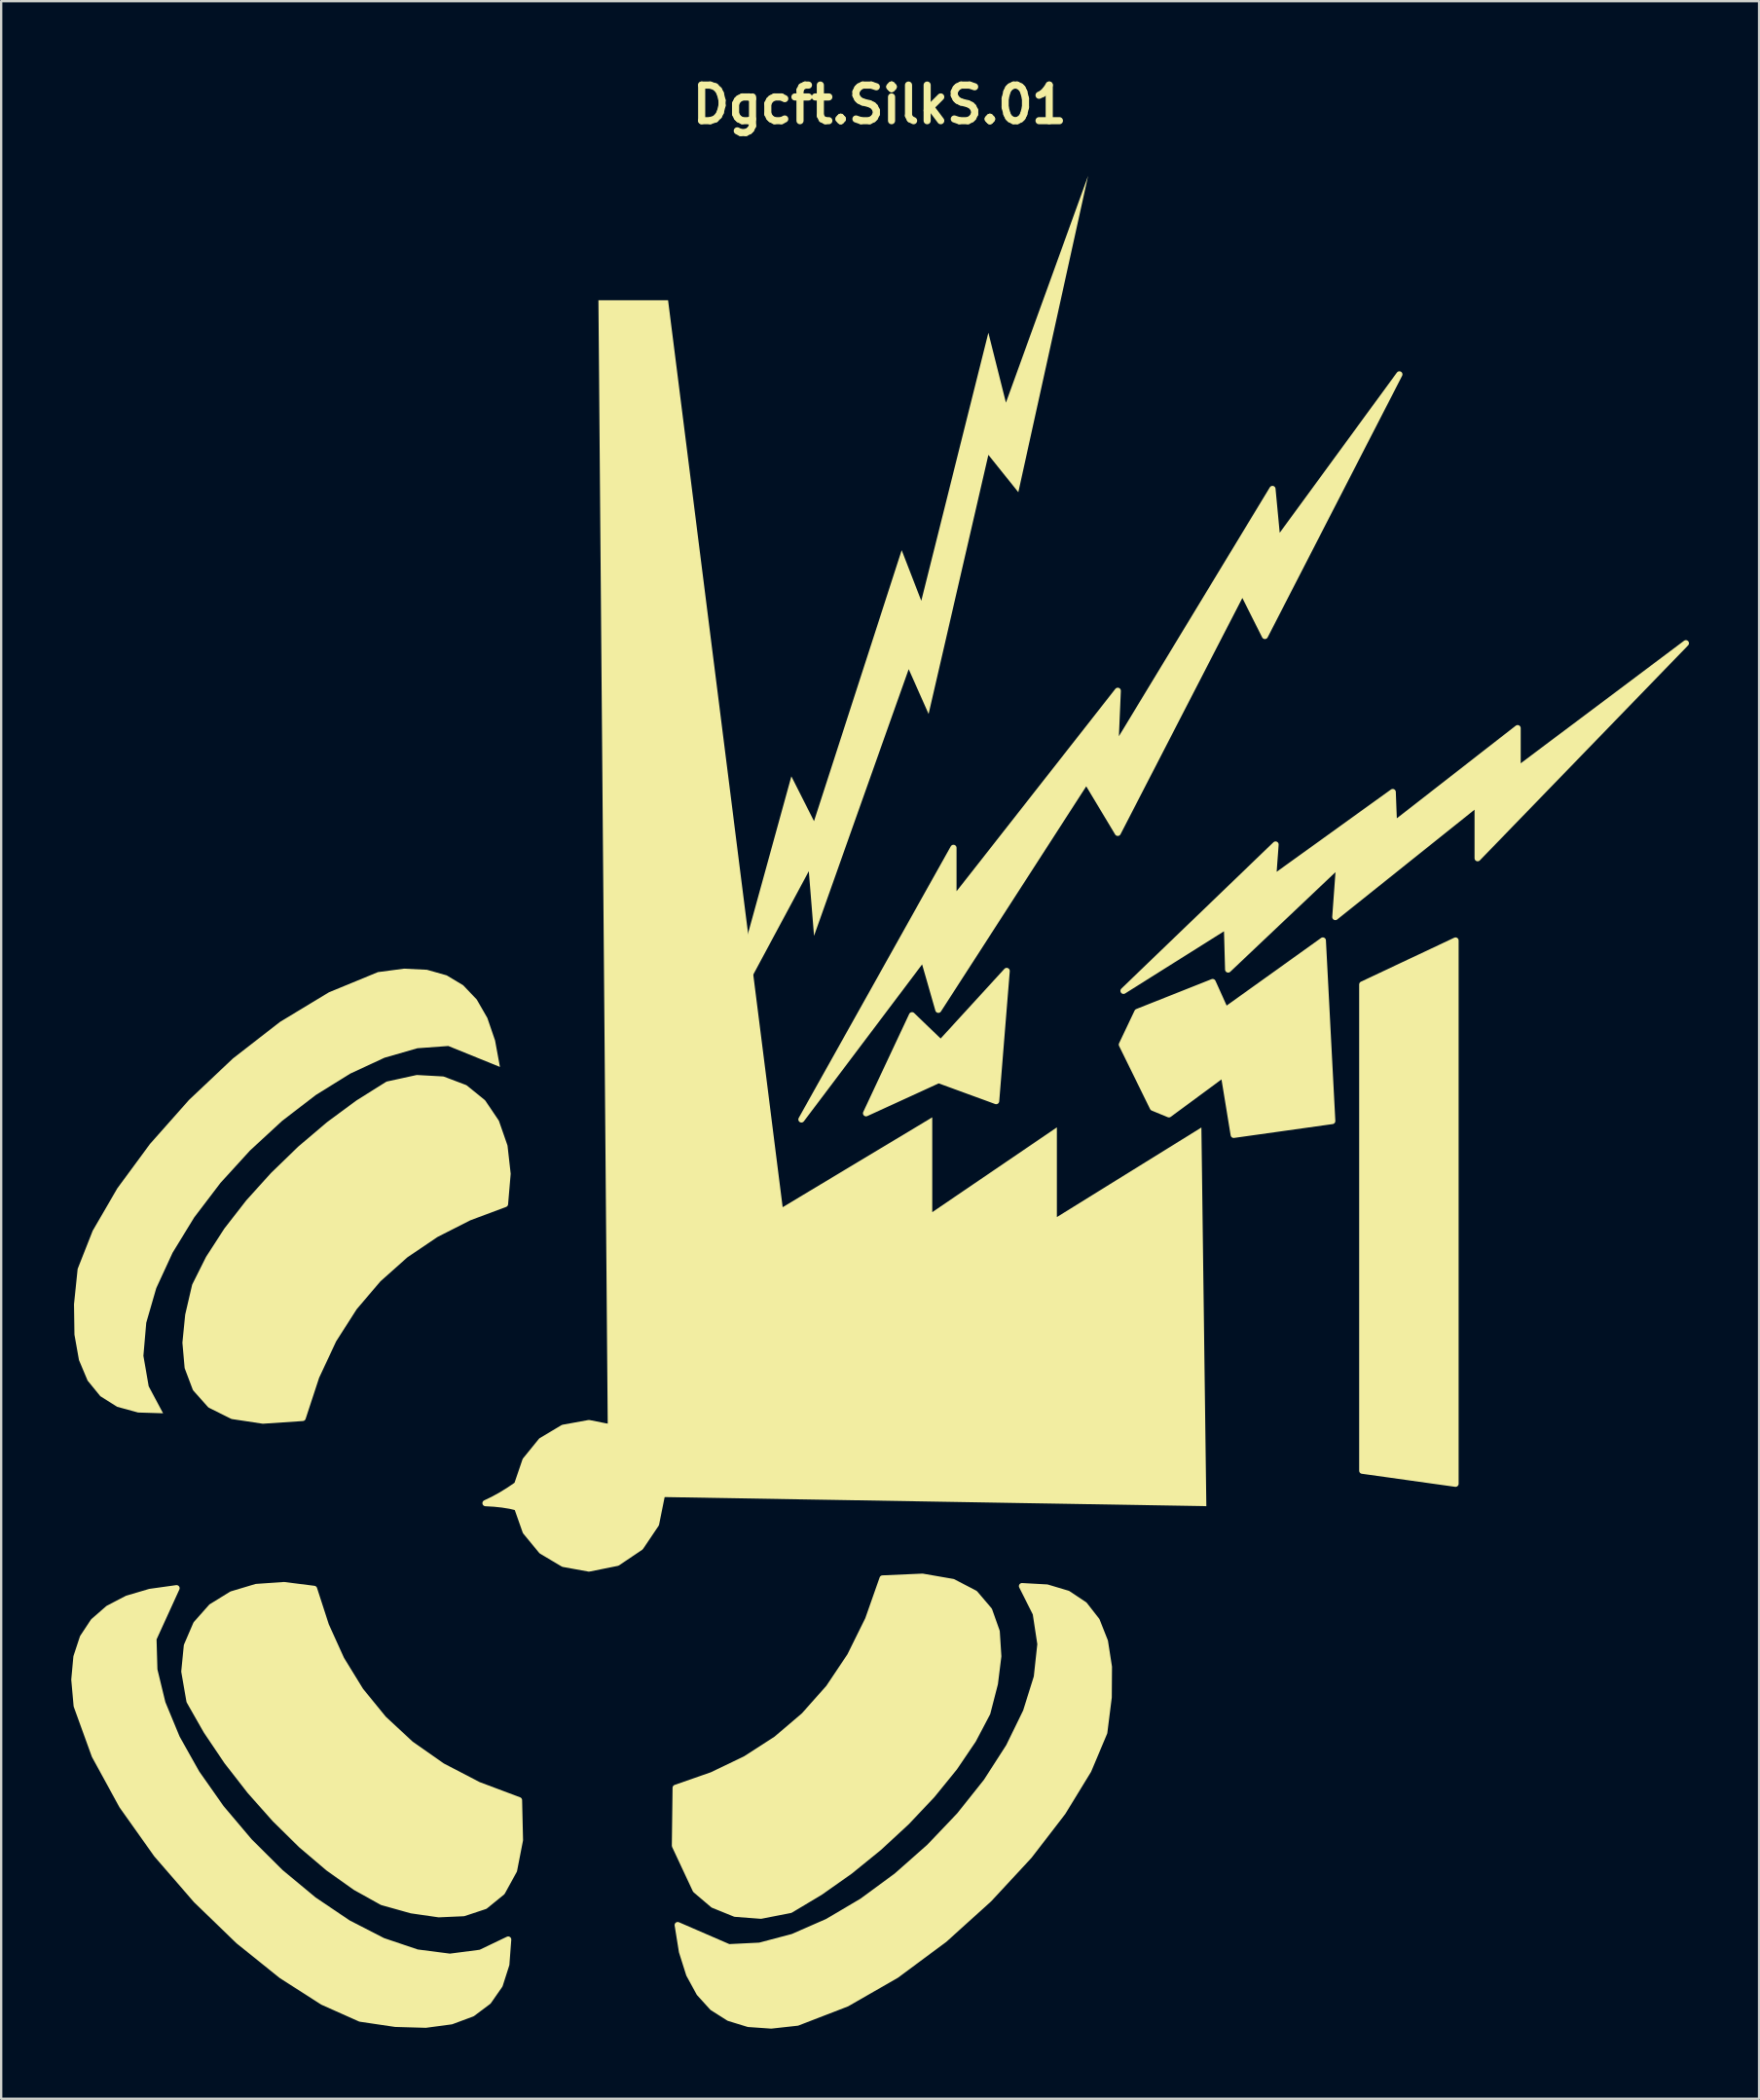
<source format=kicad_pcb>
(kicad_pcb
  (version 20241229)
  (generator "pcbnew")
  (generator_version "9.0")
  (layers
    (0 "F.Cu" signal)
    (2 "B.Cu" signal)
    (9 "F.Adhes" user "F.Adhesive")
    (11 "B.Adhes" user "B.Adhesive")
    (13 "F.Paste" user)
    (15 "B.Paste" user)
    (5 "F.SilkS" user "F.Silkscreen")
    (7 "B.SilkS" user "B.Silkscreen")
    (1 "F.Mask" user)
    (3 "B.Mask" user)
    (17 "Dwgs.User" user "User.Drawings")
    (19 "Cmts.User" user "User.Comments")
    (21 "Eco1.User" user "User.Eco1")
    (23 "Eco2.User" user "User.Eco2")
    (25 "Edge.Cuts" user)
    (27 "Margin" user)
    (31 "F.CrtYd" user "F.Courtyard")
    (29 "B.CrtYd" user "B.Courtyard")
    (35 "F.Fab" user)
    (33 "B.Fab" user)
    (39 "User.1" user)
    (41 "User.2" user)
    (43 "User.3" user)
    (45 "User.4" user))
  (footprint "Dgcft.SilkS.01"
    (layer "F.Cu")
    (at 34.605 44.063)
    (property "Reference" "Dgcft.SilkS.01" (at 0 -42.637 0) (layer "F.SilkS") (effects (font (size 1.524 1.524) (thickness 0.305))))
    (attr smd)
    (fp_poly (pts (xy 2.52 -0.888) (xy 3.137 -0.663) (xy 3.753 -0.438) (xy 4.369 -0.213) (xy 4.985 0.013) (xy 5.098 -1.38) (xy 5.21 -2.772) (xy 5.323 -4.165) (xy 5.436 -5.557) (xy 4.73 -4.787) (xy 4.025 -4.016) (xy 3.32 -3.246) (xy 2.615 -2.476) (xy 2.307 -2.772) (xy 1.999 -3.068) (xy 1.691 -3.365) (xy 1.383 -3.661) (xy 0.891 -2.612) (xy 0.399 -1.563) (xy -0.093 -0.515) (xy -0.584 0.534) (xy 0.192 0.179) (xy 0.968 -0.177) (xy 1.744 -0.532) (xy 2.52 -0.888)) (stroke (width 0.265) (type solid)) (fill yes) (layer "F.SilkS"))
    (fp_poly (pts (xy 20.656 15.833) (xy 21.654 15.972) (xy 22.652 16.112) (xy 23.651 16.252) (xy 24.649 16.391) (xy 24.649 13.485) (xy 24.649 10.578) (xy 24.649 7.672) (xy 24.649 4.766) (xy 24.649 1.859) (xy 24.649 -1.047) (xy 24.649 -3.953) (xy 24.649 -6.86) (xy 23.651 -6.389) (xy 22.652 -5.919) (xy 21.654 -5.448) (xy 20.656 -4.978) (xy 20.656 -2.377) (xy 20.656 0.225) (xy 20.656 2.826) (xy 20.656 5.427) (xy 20.656 8.029) (xy 20.656 10.63) (xy 20.656 13.231) (xy 20.656 15.833)) (stroke (width 0.264) (type solid)) (fill yes) (layer "F.SilkS"))
    (fp_poly (pts (xy -12.445 13.793) (xy -11.231 14.036) (xy -10.24 14.702) (xy -9.573 15.691) (xy -9.328 16.904) (xy -9.573 18.117) (xy -10.24 19.108) (xy -11.231 19.775) (xy -12.445 20.02) (xy -13.544 19.82) (xy -14.472 19.269) (xy -15.155 18.439) (xy -15.52 17.403) (xy -15.824 17.332) (xy -16.152 17.279) (xy -16.503 17.242) (xy -16.873 17.221) (xy -16.544 17.063) (xy -16.21 16.88) (xy -15.869 16.67) (xy -15.52 16.433) (xy -15.164 15.388) (xy -14.483 14.55) (xy -13.551 13.994) (xy -12.445 13.793) (xy -12.445 13.793)) (stroke (width 0.264) (type solid)) (fill yes) (layer "F.SilkS"))
    (fp_poly (pts (xy -8.734 29.405) (xy -7.18 28.863) (xy -5.742 28.172) (xy -4.426 27.324) (xy -3.237 26.311) (xy -2.182 25.124) (xy -1.266 23.756) (xy -0.496 22.198) (xy 0.122 20.443) (xy 1.83 20.368) (xy 3.136 20.595) (xy 4.075 21.086) (xy 4.687 21.804) (xy 5.009 22.712) (xy 5.077 23.772) (xy 4.931 24.947) (xy 4.608 26.2) (xy 3.999 27.357) (xy 3.199 28.539) (xy 2.24 29.718) (xy 1.153 30.868) (xy -0.029 31.961) (xy -1.273 32.971) (xy -2.549 33.871) (xy -3.824 34.632) (xy -5.085 34.879) (xy -6.191 34.795) (xy -7.127 34.415) (xy -7.878 33.778) (xy -8.765 31.882) (xy -8.734 29.405)) (stroke (width 0.264) (type solid)) (fill yes) (layer "F.SilkS"))
    (fp_poly (pts (xy -24.211 20.89) (xy -23.704 22.454) (xy -23.045 23.907) (xy -22.225 25.241) (xy -21.238 26.451) (xy -20.074 27.531) (xy -18.724 28.476) (xy -17.182 29.279) (xy -15.438 29.934) (xy -15.398 31.642) (xy -15.652 32.941) (xy -16.163 33.87) (xy -16.895 34.466) (xy -17.811 34.769) (xy -18.873 34.816) (xy -20.047 34.646) (xy -21.295 34.297) (xy -22.435 33.664) (xy -23.597 32.839) (xy -24.756 31.855) (xy -25.883 30.745) (xy -26.952 29.542) (xy -27.936 28.277) (xy -28.809 26.984) (xy -29.544 25.694) (xy -29.765 24.426) (xy -29.656 23.321) (xy -29.257 22.393) (xy -28.604 21.656) (xy -27.736 21.123) (xy -26.689 20.809) (xy -25.502 20.726) (xy -24.211 20.89)) (stroke (width 0.264) (type solid)) (fill yes) (layer "F.SilkS"))
    (fp_poly (pts (xy -16.038 4.419) (xy -17.577 4.995) (xy -18.999 5.717) (xy -20.297 6.595) (xy -21.464 7.634) (xy -22.495 8.844) (xy -23.382 10.233) (xy -24.119 11.807) (xy -24.699 13.575) (xy -26.4 13.689) (xy -27.705 13.492) (xy -28.653 13.021) (xy -29.28 12.316) (xy -29.621 11.414) (xy -29.715 10.354) (xy -29.597 9.174) (xy -29.304 7.912) (xy -28.72 6.745) (xy -27.946 5.548) (xy -27.014 4.349) (xy -25.953 3.175) (xy -24.797 2.056) (xy -23.575 1.019) (xy -22.319 0.092) (xy -21.06 -0.697) (xy -19.805 -0.971) (xy -18.698 -0.91) (xy -17.754 -0.552) (xy -16.989 0.068) (xy -16.42 0.912) (xy -16.061 1.944) (xy -15.928 3.125) (xy -16.038 4.419)) (stroke (width 0.264) (type solid)) (fill yes) (layer "F.SilkS"))
    (fp_poly (pts (xy -30.098 20.861) (xy -31.086 23.027) (xy -31.048 24.35) (xy -30.702 25.778) (xy -30.086 27.268) (xy -29.236 28.779) (xy -28.188 30.269) (xy -26.98 31.697) (xy -25.648 33.022) (xy -24.227 34.201) (xy -22.755 35.194) (xy -21.268 35.958) (xy -19.803 36.452) (xy -18.396 36.634) (xy -17.084 36.463) (xy -15.902 35.897) (xy -15.982 36.965) (xy -16.265 37.849) (xy -16.752 38.549) (xy -17.441 39.065) (xy -18.335 39.397) (xy -19.432 39.544) (xy -20.732 39.507) (xy -22.235 39.284) (xy -23.839 38.569) (xy -25.606 37.437) (xy -27.443 35.961) (xy -29.254 34.21) (xy -30.947 32.257) (xy -32.427 30.172) (xy -33.6 28.028) (xy -34.373 25.894) (xy -34.473 24.774) (xy -34.383 23.8) (xy -34.109 22.969) (xy -33.653 22.279) (xy -33.02 21.727) (xy -32.213 21.308) (xy -31.238 21.02) (xy -30.098 20.861)) (stroke (width 0.264) (type solid)) (fill yes) (layer "F.SilkS"))
    (fp_poly (pts (xy -16.255 -1.449) (xy -18.465 -2.345) (xy -19.786 -2.249) (xy -21.197 -1.843) (xy -22.66 -1.164) (xy -24.133 -0.25) (xy -25.578 0.86) (xy -26.953 2.128) (xy -28.219 3.516) (xy -29.337 4.985) (xy -30.265 6.498) (xy -30.965 8.016) (xy -31.395 9.501) (xy -31.517 10.915) (xy -31.29 12.219) (xy -30.674 13.375) (xy -31.745 13.342) (xy -32.641 13.098) (xy -33.361 12.643) (xy -33.905 11.976) (xy -34.274 11.098) (xy -34.468 10.009) (xy -34.487 8.708) (xy -34.331 7.195) (xy -33.687 5.561) (xy -32.633 3.747) (xy -31.236 1.849) (xy -29.565 -0.036) (xy -27.685 -1.811) (xy -25.666 -3.379) (xy -23.574 -4.644) (xy -21.477 -5.507) (xy -20.359 -5.655) (xy -19.38 -5.607) (xy -18.537 -5.369) (xy -17.827 -4.943) (xy -17.247 -4.333) (xy -16.794 -3.546) (xy -16.464 -2.583) (xy -16.255 -1.449)) (stroke (width 0) (type solid)) (fill yes) (layer "F.SilkS"))
    (fp_poly (pts (xy -8.646 35.279) (xy -6.46 36.226) (xy -5.138 36.161) (xy -3.719 35.786) (xy -2.242 35.14) (xy -0.749 34.259) (xy 0.72 33.18) (xy 2.123 31.942) (xy 3.419 30.582) (xy 4.569 29.137) (xy 5.531 27.643) (xy 6.264 26.14) (xy 6.727 24.664) (xy 6.88 23.252) (xy 6.681 21.943) (xy 6.091 20.772) (xy 7.16 20.831) (xy 8.051 21.097) (xy 8.761 21.569) (xy 9.291 22.248) (xy 9.642 23.135) (xy 9.812 24.229) (xy 9.803 25.531) (xy 9.613 27.041) (xy 8.931 28.658) (xy 7.836 30.448) (xy 6.398 32.315) (xy 4.685 34.163) (xy 2.767 35.896) (xy 0.713 37.42) (xy -1.407 38.638) (xy -3.524 39.455) (xy -4.643 39.579) (xy -5.619 39.511) (xy -6.455 39.254) (xy -7.155 38.811) (xy -7.72 38.189) (xy -8.156 37.39) (xy -8.463 36.419) (xy -8.646 35.279) (xy -8.646 35.279)) (stroke (width 0.264) (type solid)) (fill yes) (layer "F.SilkS"))
    (fp_poly (pts (xy 10.365 -2.405) (xy 10.697 -1.729) (xy 11.029 -1.054) (xy 11.361 -0.378) (xy 11.693 0.297) (xy 11.864 0.368) (xy 12.036 0.439) (xy 12.208 0.51) (xy 12.38 0.581) (xy 12.967 0.149) (xy 13.553 -0.284) (xy 14.14 -0.716) (xy 14.726 -1.149) (xy 14.833 -0.497) (xy 14.94 0.155) (xy 15.046 0.807) (xy 15.153 1.458) (xy 16.208 1.31) (xy 17.262 1.162) (xy 18.317 1.014) (xy 19.372 0.866) (xy 19.271 -1.066) (xy 19.17 -2.997) (xy 19.07 -4.929) (xy 18.969 -6.861) (xy 17.926 -6.114) (xy 16.883 -5.367) (xy 15.84 -4.621) (xy 14.797 -3.874) (xy 14.661 -4.176) (xy 14.525 -4.479) (xy 14.389 -4.781) (xy 14.252 -5.083) (xy 13.446 -4.763) (xy 12.641 -4.443) (xy 11.835 -4.123) (xy 11.029 -3.803) (xy 10.863 -3.454) (xy 10.697 -3.104) (xy 10.531 -2.754) (xy 10.365 -2.405)) (stroke (width 0.264) (type solid)) (fill yes) (layer "F.SilkS"))
    (fp_poly (pts (xy -3.351 0.799) (xy -1.724 -2.107) (xy -0.096 -5.013) (xy 1.531 -7.92) (xy 3.158 -10.826) (xy 3.158 -10.266) (xy 3.158 -9.706) (xy 3.158 -9.146) (xy 3.158 -8.586) (xy 4.917 -10.826) (xy 6.675 -13.067) (xy 8.433 -15.307) (xy 10.191 -17.548) (xy 10.165 -16.935) (xy 10.138 -16.322) (xy 10.112 -15.709) (xy 10.085 -15.095) (xy 11.767 -17.868) (xy 13.449 -20.641) (xy 15.13 -23.413) (xy 16.812 -26.186) (xy 16.865 -25.627) (xy 16.918 -25.069) (xy 16.971 -24.51) (xy 17.024 -23.952) (xy 18.329 -25.736) (xy 19.635 -27.521) (xy 20.94 -29.306) (xy 22.246 -31.09) (xy 20.806 -28.291) (xy 19.367 -25.492) (xy 17.928 -22.693) (xy 16.489 -19.894) (xy 16.248 -20.373) (xy 16.007 -20.852) (xy 15.766 -21.332) (xy 15.525 -21.811) (xy 14.191 -19.225) (xy 12.858 -16.639) (xy 11.525 -14.053) (xy 10.191 -11.467) (xy 9.855 -12.027) (xy 9.518 -12.588) (xy 9.181 -13.148) (xy 8.845 -13.708) (xy 7.261 -11.254) (xy 5.678 -8.801) (xy 4.095 -6.347) (xy 2.511 -3.894) (xy 2.351 -4.452) (xy 2.191 -5.011) (xy 2.03 -5.57) (xy 1.87 -6.128) (xy 0.565 -4.396) (xy -0.741 -2.664) (xy -2.046 -0.932) (xy -3.351 0.799)) (stroke (width 0.264) (type solid)) (fill yes) (layer "F.SilkS"))
    (fp_poly (pts (xy 8.921 -39.589) (xy 8.174 -36.203) (xy 7.427 -32.817) (xy 6.681 -29.432) (xy 5.934 -26.046) (xy 5.614 -26.446) (xy 5.293 -26.846) (xy 4.973 -27.246) (xy 4.652 -27.646) (xy 4.013 -24.873) (xy 3.373 -22.1) (xy 2.734 -19.328) (xy 2.094 -16.555) (xy 1.881 -17.035) (xy 1.668 -17.514) (xy 1.455 -17.993) (xy 1.241 -18.472) (xy 0.228 -15.619) (xy -0.785 -12.766) (xy -1.797 -9.912) (xy -2.81 -7.059) (xy -2.866 -7.751) (xy -2.922 -8.443) (xy -2.978 -9.136) (xy -3.034 -9.828) (xy -3.992 -8.043) (xy -4.951 -6.259) (xy -5.909 -4.474) (xy -6.868 -2.689) (xy -6.096 -5.488) (xy -5.325 -8.287) (xy -4.553 -11.087) (xy -3.781 -13.886) (xy -3.538 -13.406) (xy -3.296 -12.927) (xy -3.053 -12.448) (xy -2.811 -11.968) (xy -1.873 -14.868) (xy -0.935 -17.767) (xy 0.003 -20.666) (xy 0.941 -23.566) (xy 1.151 -23.024) (xy 1.361 -22.482) (xy 1.571 -21.94) (xy 1.781 -21.399) (xy 2.499 -24.267) (xy 3.216 -27.136) (xy 3.934 -30.005) (xy 4.652 -32.873) (xy 4.84 -32.125) (xy 5.028 -31.377) (xy 5.216 -30.628) (xy 5.404 -29.88) (xy 6.283 -32.307) (xy 7.163 -34.734) (xy 8.042 -37.161) (xy 8.921 -39.589)) (stroke (width 0) (type solid)) (fill yes) (layer "F.SilkS"))
    (fp_poly (pts (xy 10.436 -4.706) (xy 12.063 -6.272) (xy 13.691 -7.837) (xy 15.318 -9.403) (xy 16.945 -10.969) (xy 16.919 -10.608) (xy 16.892 -10.248) (xy 16.866 -9.888) (xy 16.839 -9.528) (xy 18.12 -10.45) (xy 19.4 -11.371) (xy 20.68 -12.293) (xy 21.961 -13.215) (xy 21.974 -12.868) (xy 21.987 -12.521) (xy 22.001 -12.174) (xy 22.014 -11.827) (xy 23.337 -12.858) (xy 24.66 -13.888) (xy 25.983 -14.919) (xy 27.307 -15.949) (xy 27.307 -15.507) (xy 27.307 -15.064) (xy 27.307 -14.622) (xy 27.307 -14.18) (xy 29.107 -15.531) (xy 30.908 -16.881) (xy 32.709 -18.232) (xy 34.509 -19.583) (xy 32.281 -17.283) (xy 30.052 -14.982) (xy 27.824 -12.682) (xy 25.595 -10.381) (xy 25.595 -10.969) (xy 25.595 -11.557) (xy 25.595 -12.145) (xy 25.595 -12.733) (xy 24.072 -11.516) (xy 22.549 -10.299) (xy 21.026 -9.081) (xy 19.503 -7.864) (xy 19.544 -8.427) (xy 19.585 -8.99) (xy 19.626 -9.553) (xy 19.667 -10.116) (xy 18.48 -8.992) (xy 17.292 -7.867) (xy 16.104 -6.743) (xy 14.916 -5.618) (xy 14.903 -6.086) (xy 14.89 -6.553) (xy 14.877 -7.021) (xy 14.863 -7.488) (xy 13.757 -6.793) (xy 12.65 -6.097) (xy 11.543 -5.402) (xy 10.436 -4.706)) (stroke (width 0.264) (type solid)) (fill yes) (layer "F.SilkS"))
    (fp_poly (pts (xy -11.616 16.921) (xy -10.016 16.947) (xy -8.416 16.974) (xy -6.816 17.001) (xy -5.216 17.028) (xy -3.616 17.055) (xy -2.017 17.081) (xy -0.417 17.108) (xy 1.183 17.135) (xy 2.783 17.162) (xy 4.383 17.189) (xy 5.983 17.216) (xy 7.582 17.242) (xy 9.182 17.269) (xy 10.782 17.296) (xy 12.382 17.323) (xy 13.982 17.35) (xy 13.955 15.324) (xy 13.929 13.298) (xy 13.902 11.272) (xy 13.876 9.246) (xy 13.849 7.221) (xy 13.823 5.195) (xy 13.797 3.169) (xy 13.77 1.143) (xy 12.224 2.102) (xy 10.677 3.06) (xy 9.13 4.019) (xy 7.584 4.977) (xy 7.584 4.017) (xy 7.584 3.057) (xy 7.584 2.097) (xy 7.584 1.137) (xy 6.251 2.045) (xy 4.917 2.952) (xy 3.584 3.859) (xy 2.25 4.766) (xy 2.25 3.751) (xy 2.25 2.737) (xy 2.25 1.723) (xy 2.25 0.708) (xy 0.649 1.67) (xy -0.952 2.631) (xy -2.553 3.593) (xy -4.153 4.554) (xy -4.46 2.128) (xy -4.766 -0.298) (xy -5.073 -2.724) (xy -5.38 -5.15) (xy -5.686 -7.576) (xy -5.993 -10.002) (xy -6.299 -12.428) (xy -6.606 -14.854) (xy -6.912 -17.28) (xy -7.219 -19.706) (xy -7.525 -22.132) (xy -7.832 -24.558) (xy -8.138 -26.984) (xy -8.445 -29.41) (xy -8.751 -31.836) (xy -9.058 -34.262) (xy -9.803 -34.262) (xy -10.548 -34.262) (xy -11.294 -34.262) (xy -11.48 -34.262) (xy -11.666 -34.262) (xy -11.853 -34.262) (xy -12.039 -34.262) (xy -12.012 -31.063) (xy -11.986 -27.864) (xy -11.96 -24.665) (xy -11.933 -21.466) (xy -11.907 -18.268) (xy -11.88 -15.069) (xy -11.854 -11.87) (xy -11.827 -8.671) (xy -11.801 -5.472) (xy -11.774 -2.273) (xy -11.748 0.926) (xy -11.722 4.125) (xy -11.695 7.324) (xy -11.669 10.523) (xy -11.642 13.722) (xy -11.616 16.921)) (stroke (width 0) (type solid)) (fill yes) (layer "F.SilkS")))
  (gr_rect
    (start -3 -3)
    (end 72.247 86.775)
    (stroke (width 0.1) (type default))
    (fill no)
    (layer "Edge.Cuts")))
</source>
